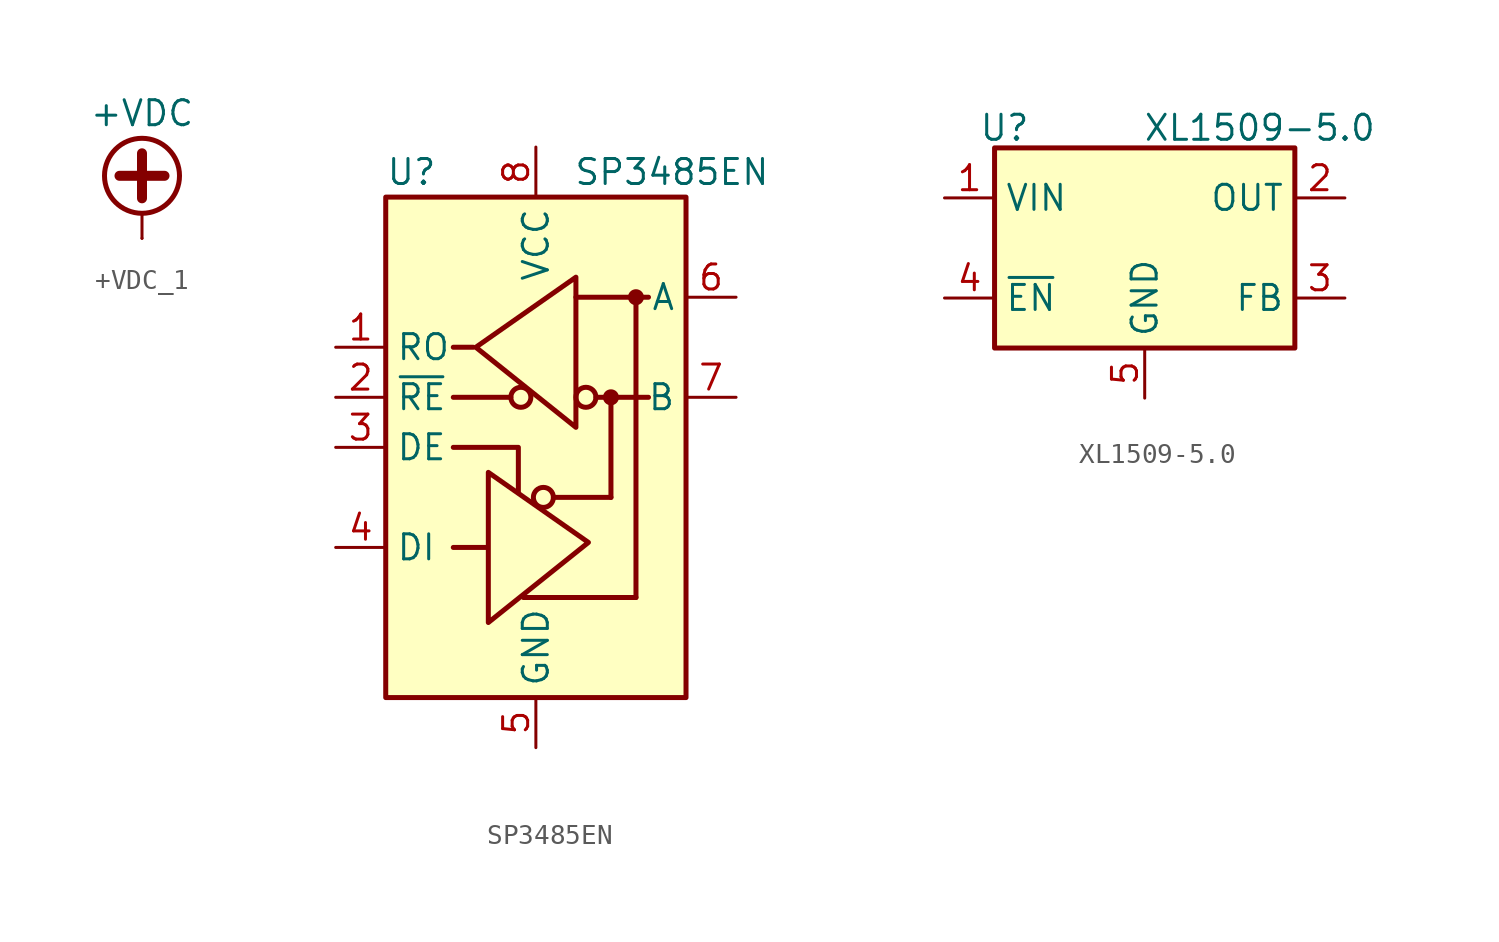
<source format=kicad_sym>
(kicad_symbol_lib
  (version 20241209)
  (generator "kicad_symbol_editor")
  (generator_version "9.0")
  (symbol "+VDC_1"
    (power)
    (pin_numbers
      (hide yes))
    (pin_names
      (offset 0)
      (hide yes))
    (property "Reference" "#PWR"
      (at 0 -2.54 0)
      (effects (font (size 1.27 1.27)) (hide yes)))
    (property "Value" "+VDC"
      (at 0 6.35 0)
      (effects (font (size 1.27 1.27))))
    (symbol "+VDC_1_0_1"
      (polyline (pts (xy -1.143 3.175) (xy 1.143 3.175)) (stroke (width 0.508) (type default)) (fill (type none)))
      (circle (center 0 3.175) (radius 1.905) (stroke (width 0.254) (type default)) (fill (type none)))
      (polyline (pts (xy 0 2.032) (xy 0 4.318)) (stroke (width 0.508) (type default)) (fill (type none)))
      (polyline (pts (xy 0 0) (xy 0 1.27)) (stroke (width 0) (type default)) (fill (type none))))
    (symbol "+VDC_1_1_1"
      (pin power_in line (at 0 0 90) (length 0) (name "~" (effects (font (size 1.27 1.27)))) (number "1" (effects (font (size 1.27 1.27)))))))
  (symbol "SP3485EN"
    (property "Reference" "U"
      (at -7.62 13.97 0)
      (effects (font (size 1.27 1.27)) (justify left)))
    (property "Value" "SP3485EN"
      (at 1.905 13.97 0)
      (effects (font (size 1.27 1.27)) (justify left)))
    (symbol "SP3485EN_0_1"
      (rectangle (start -7.62 12.7) (end 7.62 -12.7) (stroke (width 0.254) (type default)) (fill (type background)))
      (polyline (pts (xy -4.191 2.54) (xy -1.27 2.54)) (stroke (width 0.254) (type default)) (fill (type none)))
      (polyline (pts (xy -4.191 0) (xy -0.889 0) (xy -0.889 -2.286)) (stroke (width 0.254) (type default)) (fill (type none)))
      (polyline (pts (xy -3.175 5.08) (xy -4.191 5.08) (xy -4.064 5.08)) (stroke (width 0.254) (type default)) (fill (type none)))
      (polyline (pts (xy -2.54 -5.08) (xy -4.191 -5.08)) (stroke (width 0.254) (type default)) (fill (type none)))
      (polyline (pts (xy -2.413 -5.08) (xy -2.413 -1.27) (xy 2.667 -4.826) (xy -2.413 -8.89) (xy -2.413 -5.08)) (stroke (width 0.254) (type default)) (fill (type none)))
      (polyline (pts (xy -0.635 -7.62) (xy 5.08 -7.62)) (stroke (width 0.254) (type default)) (fill (type none)))
      (circle (center 0.381 -2.54) (radius 0.508) (stroke (width 0.254) (type default)) (fill (type none)))
      (polyline (pts (xy 0.889 -2.54) (xy 3.81 -2.54)) (stroke (width 0.254) (type default)) (fill (type none)))
      (polyline (pts (xy 2.032 7.62) (xy 5.715 7.62)) (stroke (width 0.254) (type default)) (fill (type none)))
      (polyline (pts (xy 3.048 2.54) (xy 5.715 2.54)) (stroke (width 0.254) (type default)) (fill (type none)))
      (circle (center 3.81 2.54) (radius 0.279) (stroke (width 0.254) (type default)) (fill (type outline)))
      (polyline (pts (xy 3.81 -2.54) (xy 3.81 2.54)) (stroke (width 0.254) (type default)) (fill (type none)))
      (polyline (pts (xy 5.08 -7.62) (xy 5.08 7.62)) (stroke (width 0.254) (type default)) (fill (type none))))
    (symbol "SP3485EN_1_1"
      (circle (center -0.762 2.54) (radius 0.508) (stroke (width 0.254) (type default)) (fill (type none)))
      (polyline (pts (xy 2.032 4.826) (xy 2.032 8.636) (xy -3.048 5.08) (xy 2.032 1.016) (xy 2.032 4.826)) (stroke (width 0.254) (type default)) (fill (type none)))
      (circle (center 2.54 2.54) (radius 0.508) (stroke (width 0.254) (type default)) (fill (type none)))
      (circle (center 5.08 7.62) (radius 0.279) (stroke (width 0.254) (type default)) (fill (type outline)))
      (pin output line (at -10.16 5.08 0) (length 2.54) (name "RO" (effects (font (size 1.27 1.27)))) (number "1" (effects (font (size 1.27 1.27)))))
      (pin input line (at -10.16 2.54 0) (length 2.54) (name "~{RE}" (effects (font (size 1.27 1.27)))) (number "2" (effects (font (size 1.27 1.27)))))
      (pin input line (at -10.16 0 0) (length 2.54) (name "DE" (effects (font (size 1.27 1.27)))) (number "3" (effects (font (size 1.27 1.27)))))
      (pin input line (at -10.16 -5.08 0) (length 2.54) (name "DI" (effects (font (size 1.27 1.27)))) (number "4" (effects (font (size 1.27 1.27)))))
      (pin power_in line (at 0 15.24 270) (length 2.54) (name "VCC" (effects (font (size 1.27 1.27)))) (number "8" (effects (font (size 1.27 1.27)))))
      (pin power_in line (at 0 -15.24 90) (length 2.54) (name "GND" (effects (font (size 1.27 1.27)))) (number "5" (effects (font (size 1.27 1.27)))))
      (pin bidirectional line (at 10.16 7.62 180) (length 2.54) (name "A" (effects (font (size 1.27 1.27)))) (number "6" (effects (font (size 1.27 1.27)))))
      (pin bidirectional line (at 10.16 2.54 180) (length 2.54) (name "B" (effects (font (size 1.27 1.27)))) (number "7" (effects (font (size 1.27 1.27)))))))
  (symbol "XL1509-5.0"
    (property "Reference" "U"
      (at -7.112 6.096 0)
      (effects (font (size 1.27 1.27))))
    (property "Value" "XL1509-5.0"
      (at 5.842 6.096 0)
      (effects (font (size 1.27 1.27))))
    (symbol "XL1509-5.0_0_1"
      (rectangle (start -7.62 5.08) (end 7.62 -5.08) (stroke (width 0.254) (type default)) (fill (type background))))
    (symbol "XL1509-5.0_1_1"
      (pin power_in line (at -10.16 2.54 0) (length 2.54) (name "VIN" (effects (font (size 1.27 1.27)))) (number "1" (effects (font (size 1.27 1.27)))))
      (pin input line (at -10.16 -2.54 0) (length 2.54) (name "~{EN}" (effects (font (size 1.27 1.27)))) (number "4" (effects (font (size 1.27 1.27)))))
      (pin power_in line (at 0 -7.62 90) (length 2.54) (name "GND" (effects (font (size 1.27 1.27)))) (number "5" (effects (font (size 1.27 1.27)))))
      (pin passive line (at 0 -7.62 90) (length 2.54) (hide yes) (name "GND" (effects (font (size 1.27 1.27)))) (number "6" (effects (font (size 1.27 1.27)))))
      (pin passive line (at 0 -7.62 90) (length 2.54) (hide yes) (name "GND" (effects (font (size 1.27 1.27)))) (number "7" (effects (font (size 1.27 1.27)))))
      (pin passive line (at 0 -7.62 90) (length 2.54) (hide yes) (name "GND" (effects (font (size 1.27 1.27)))) (number "8" (effects (font (size 1.27 1.27)))))
      (pin power_out line (at 10.16 2.54 180) (length 2.54) (name "OUT" (effects (font (size 1.27 1.27)))) (number "2" (effects (font (size 1.27 1.27)))))
      (pin input line (at 10.16 -2.54 180) (length 2.54) (name "FB" (effects (font (size 1.27 1.27)))) (number "3" (effects (font (size 1.27 1.27))))))))
</source>
